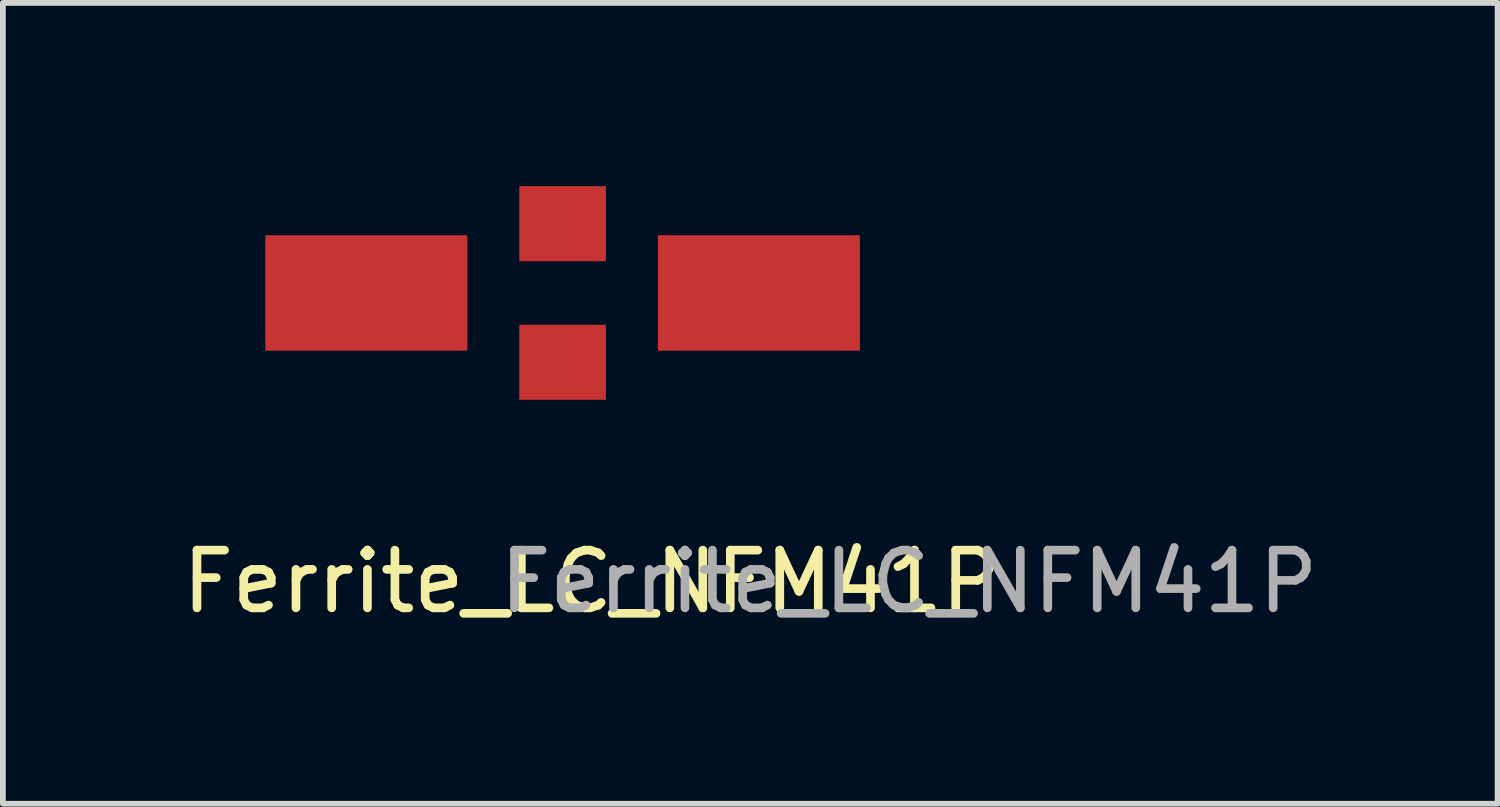
<source format=kicad_pcb>
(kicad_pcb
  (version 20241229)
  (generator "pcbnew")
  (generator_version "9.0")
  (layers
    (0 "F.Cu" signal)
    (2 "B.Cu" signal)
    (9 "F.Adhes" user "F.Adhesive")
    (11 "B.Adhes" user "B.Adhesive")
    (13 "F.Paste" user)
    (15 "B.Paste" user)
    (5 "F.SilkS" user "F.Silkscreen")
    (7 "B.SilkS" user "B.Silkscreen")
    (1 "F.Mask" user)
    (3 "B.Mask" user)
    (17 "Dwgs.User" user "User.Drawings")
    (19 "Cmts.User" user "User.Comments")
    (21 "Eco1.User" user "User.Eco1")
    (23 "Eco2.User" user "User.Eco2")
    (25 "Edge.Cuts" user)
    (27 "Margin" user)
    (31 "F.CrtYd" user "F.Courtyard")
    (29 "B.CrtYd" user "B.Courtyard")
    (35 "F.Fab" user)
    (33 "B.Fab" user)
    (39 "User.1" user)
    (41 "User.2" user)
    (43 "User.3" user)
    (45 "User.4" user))
  (footprint "Ferrite_LC_NFM41P"
    (layer "F.Cu")
    (at 6.696 2.025)
    (property "Reference" "Ferrite_LC_NFM41P" (at 0.5 5 0) (layer "F.SilkS") (effects (font (size 1 1) (thickness 0.15))))
    (attr smd)
    (fp_line (start -5.41 -2) (end -5.41 2) (stroke (width 0.05) (type solid)) (layer "Eco2.User"))
    (fp_line (start -5.41 -2) (end 5.4 -2) (stroke (width 0.05) (type solid)) (layer "Eco2.User"))
    (fp_line (start -2.25 -0.8) (end -2.25 0.8) (stroke (width 0.15) (type solid)) (layer "Eco2.User"))
    (fp_line (start -1.75 -0.8) (end -1.75 0.8) (stroke (width 0.15) (type solid)) (layer "Eco2.User"))
    (fp_line (start -1.73 -1.88) (end 1.73 -1.88) (stroke (width 0.12) (type solid)) (layer "Eco2.User"))
    (fp_line (start -1.73 1.88) (end 1.73 1.88) (stroke (width 0.12) (type solid)) (layer "Eco2.User"))
    (fp_line (start 1.75 0.8) (end 1.75 -0.8) (stroke (width 0.15) (type solid)) (layer "Eco2.User"))
    (fp_line (start 2.25 -0.8) (end -2.25 -0.8) (stroke (width 0.15) (type solid)) (layer "Eco2.User"))
    (fp_line (start 2.25 0.8) (end -2.25 0.8) (stroke (width 0.15) (type solid)) (layer "Eco2.User"))
    (fp_line (start 2.25 0.8) (end 2.25 -0.8) (stroke (width 0.15) (type solid)) (layer "Eco2.User"))
    (fp_line (start 5.4 2) (end -5.41 2) (stroke (width 0.05) (type solid)) (layer "Eco2.User"))
    (fp_line (start 5.4 2) (end 5.4 -2) (stroke (width 0.05) (type solid)) (layer "Eco2.User"))
    (fp_text user "${REFERENCE}" (at 6 5 0) (layer "F.Fab") (effects (font (size 1 1) (thickness 0.15))))
    (pad "1" smd rect (at -3.4 0) (size 3.5 2) (layers "F.Cu" "F.Mask" "F.Paste"))
    (pad "2" smd rect (at 0 -1.2) (size 1.5 1.3) (layers "F.Cu" "F.Mask" "F.Paste"))
    (pad "2" smd rect (at 0 1.2) (size 1.5 1.3) (layers "F.Cu" "F.Mask" "F.Paste"))
    (pad "3" smd rect (at 3.4 0) (size 3.5 2) (layers "F.Cu" "F.Mask" "F.Paste")))
  (gr_rect
    (start -3 -3)
    (end 22.893 10.873)
    (stroke (width 0.1) (type default))
    (fill no)
    (layer "Edge.Cuts")))
</source>
